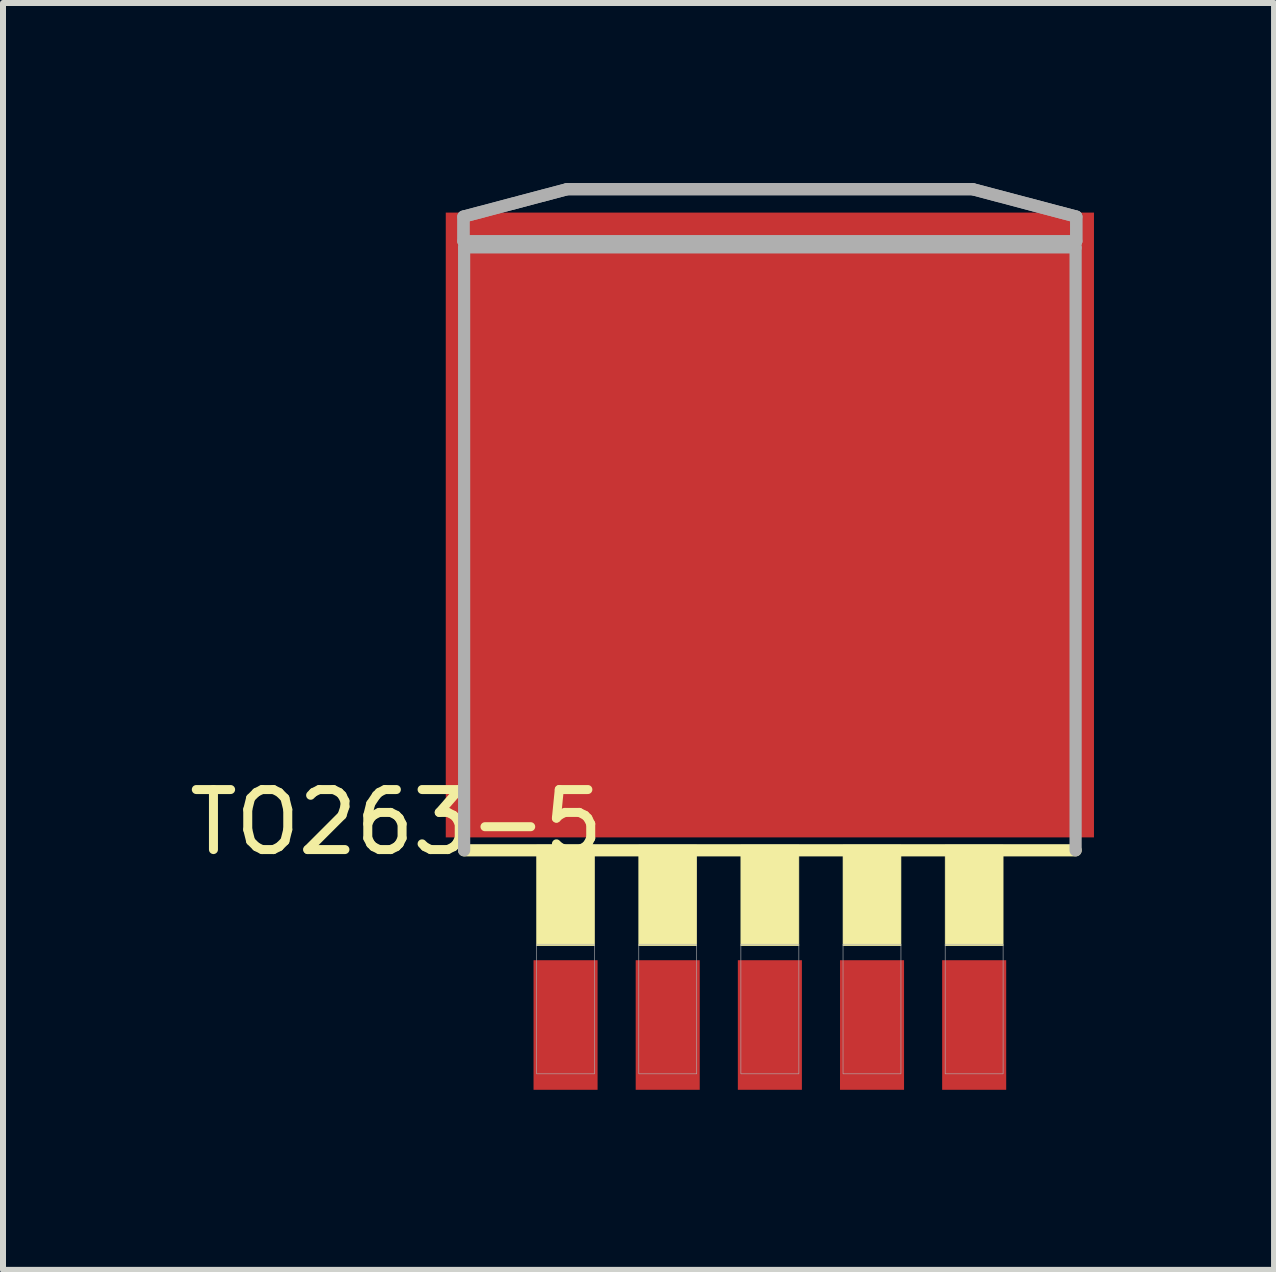
<source format=kicad_pcb>
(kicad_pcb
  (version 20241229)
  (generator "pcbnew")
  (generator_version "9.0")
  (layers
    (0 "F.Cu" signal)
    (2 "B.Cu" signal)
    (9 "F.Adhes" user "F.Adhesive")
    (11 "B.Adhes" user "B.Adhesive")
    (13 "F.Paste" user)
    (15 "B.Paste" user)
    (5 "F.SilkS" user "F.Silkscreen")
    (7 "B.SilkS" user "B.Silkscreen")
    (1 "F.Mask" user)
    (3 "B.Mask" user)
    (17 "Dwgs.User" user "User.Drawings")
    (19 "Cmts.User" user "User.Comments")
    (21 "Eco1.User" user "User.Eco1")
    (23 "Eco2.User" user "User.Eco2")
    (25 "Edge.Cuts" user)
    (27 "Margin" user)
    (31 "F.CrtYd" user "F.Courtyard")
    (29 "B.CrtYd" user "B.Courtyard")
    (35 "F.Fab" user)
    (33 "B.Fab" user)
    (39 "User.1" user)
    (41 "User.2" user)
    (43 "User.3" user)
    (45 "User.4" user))
  (footprint "TO263-5"
    (layer "F.Cu")
    (at 9.777 8.237)
    (property "Reference" "TO263-5" (at -6.223 2.413 180) (layer "F.SilkS") (effects (font (size 1 1) (thickness 0.15))))
    (attr smd)
    (fp_line (start 5.094 2.88) (end -5.094 2.88) (stroke (width 0.203) (type solid)) (layer "F.SilkS"))
    (fp_poly (pts (xy -3.886 2.794) (xy -2.921 2.794) (xy -2.921 4.47) (xy -3.886 4.47)) (stroke (width 0.01) (type solid)) (fill yes) (layer "F.SilkS"))
    (fp_poly (pts (xy -2.184 2.794) (xy -1.219 2.794) (xy -1.219 4.47) (xy -2.184 4.47)) (stroke (width 0.01) (type solid)) (fill yes) (layer "F.SilkS"))
    (fp_poly (pts (xy -0.483 2.794) (xy 0.483 2.794) (xy 0.483 4.47) (xy -0.483 4.47)) (stroke (width 0.01) (type solid)) (fill yes) (layer "F.SilkS"))
    (fp_poly (pts (xy 1.219 2.794) (xy 2.184 2.794) (xy 2.184 4.47) (xy 1.219 4.47)) (stroke (width 0.01) (type solid)) (fill yes) (layer "F.SilkS"))
    (fp_poly (pts (xy 2.921 2.794) (xy 3.886 2.794) (xy 3.886 4.47) (xy 2.921 4.47)) (stroke (width 0.01) (type solid)) (fill yes) (layer "F.SilkS"))
    (fp_line (start -5.105 -7.678) (end -3.378 -8.135) (stroke (width 0.203) (type solid)) (layer "F.Fab"))
    (fp_line (start -5.105 -7.267) (end -5.105 -7.678) (stroke (width 0.203) (type solid)) (layer "F.Fab"))
    (fp_line (start -5.094 -7.165) (end 5.094 -7.165) (stroke (width 0.203) (type solid)) (layer "F.Fab"))
    (fp_line (start -5.094 2.88) (end -5.094 -7.165) (stroke (width 0.203) (type solid)) (layer "F.Fab"))
    (fp_line (start -3.378 -8.135) (end 3.378 -8.135) (stroke (width 0.203) (type solid)) (layer "F.Fab"))
    (fp_line (start 3.378 -8.135) (end 5.105 -7.678) (stroke (width 0.203) (type solid)) (layer "F.Fab"))
    (fp_line (start 5.094 -7.165) (end 5.094 2.88) (stroke (width 0.203) (type solid)) (layer "F.Fab"))
    (fp_line (start 5.105 -7.678) (end 5.105 -7.267) (stroke (width 0.203) (type solid)) (layer "F.Fab"))
    (fp_line (start 5.105 -7.267) (end -5.105 -7.267) (stroke (width 0.203) (type solid)) (layer "F.Fab"))
    (fp_poly (pts (xy -3.886 4.445) (xy -2.921 4.445) (xy -2.921 6.604) (xy -3.886 6.604)) (stroke (width 0.01) (type solid)) (fill no) (layer "F.Fab"))
    (fp_poly (pts (xy -2.184 4.445) (xy -1.219 4.445) (xy -1.219 6.604) (xy -2.184 6.604)) (stroke (width 0.01) (type solid)) (fill no) (layer "F.Fab"))
    (fp_poly (pts (xy -0.483 4.445) (xy 0.483 4.445) (xy 0.483 6.604) (xy -0.483 6.604)) (stroke (width 0.01) (type solid)) (fill no) (layer "F.Fab"))
    (fp_poly (pts (xy 1.219 4.445) (xy 2.184 4.445) (xy 2.184 6.604) (xy 1.219 6.604)) (stroke (width 0.01) (type solid)) (fill no) (layer "F.Fab"))
    (fp_poly (pts (xy 2.921 4.445) (xy 3.886 4.445) (xy 3.886 6.604) (xy 2.921 6.604)) (stroke (width 0.01) (type solid)) (fill no) (layer "F.Fab"))
    (fp_poly (pts (xy -5.105 -7.267) (xy -5.105 -7.678) (xy -3.378 -8.135) (xy 3.378 -8.135) (xy 5.105 -7.678) (xy 5.105 -7.267)) (stroke (width 0.203) (type solid)) (fill no) (layer "F.Fab"))
    (pad "1" smd rect (at -3.404 5.791) (size 1.067 2.159) (layers "F.Cu" "F.Mask" "F.Paste"))
    (pad "2" smd rect (at -1.702 5.791) (size 1.067 2.159) (layers "F.Cu" "F.Mask" "F.Paste"))
    (pad "3" smd rect (at 0 5.791) (size 1.067 2.159) (layers "F.Cu" "F.Mask" "F.Paste"))
    (pad "4" smd rect (at 1.702 5.791) (size 1.067 2.159) (layers "F.Cu" "F.Mask" "F.Paste"))
    (pad "5" smd rect (at 3.404 5.791) (size 1.067 2.159) (layers "F.Cu" "F.Mask" "F.Paste"))
    (pad "6" smd rect (at 0 -2.54) (size 10.8 10.41) (layers "F.Cu" "F.Mask" "F.Paste")))
  (gr_rect
    (start -3 -3)
    (end 18.177 18.108)
    (stroke (width 0.1) (type default))
    (fill no)
    (layer "Edge.Cuts")))
</source>
